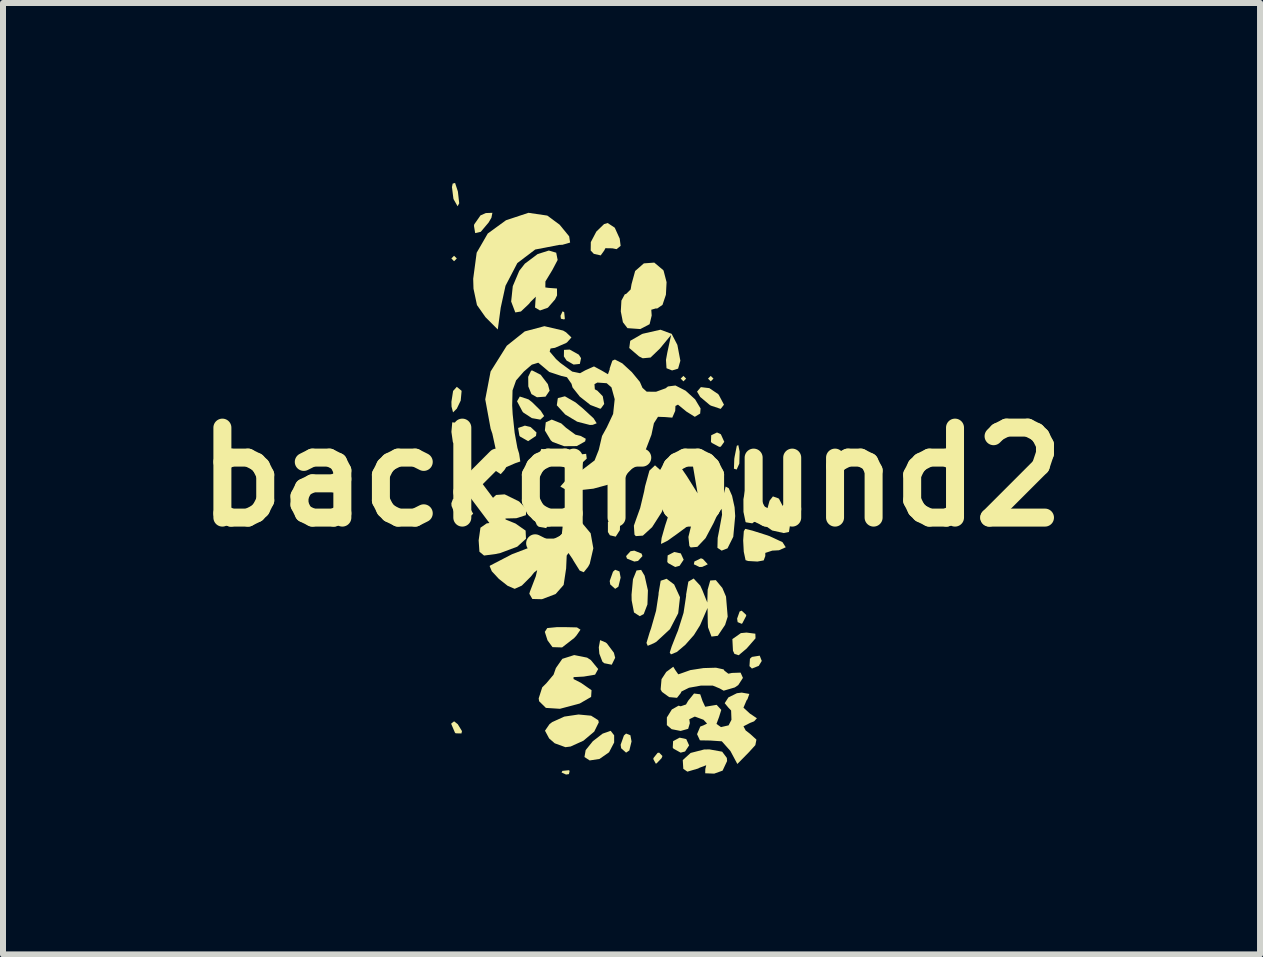
<source format=kicad_pcb>
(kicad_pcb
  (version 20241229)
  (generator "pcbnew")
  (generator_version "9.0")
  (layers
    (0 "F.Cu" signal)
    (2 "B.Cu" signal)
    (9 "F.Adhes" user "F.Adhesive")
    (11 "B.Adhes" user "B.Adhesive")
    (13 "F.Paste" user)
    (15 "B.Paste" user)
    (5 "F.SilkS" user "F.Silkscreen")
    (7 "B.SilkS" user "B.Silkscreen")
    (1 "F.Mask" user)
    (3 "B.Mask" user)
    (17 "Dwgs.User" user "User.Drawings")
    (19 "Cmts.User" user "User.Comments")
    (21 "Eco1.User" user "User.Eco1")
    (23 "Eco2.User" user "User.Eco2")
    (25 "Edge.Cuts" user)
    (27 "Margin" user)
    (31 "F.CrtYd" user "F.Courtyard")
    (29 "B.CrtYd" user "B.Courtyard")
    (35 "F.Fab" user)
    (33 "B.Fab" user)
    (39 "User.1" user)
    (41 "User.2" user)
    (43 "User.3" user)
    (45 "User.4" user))
  (footprint "background2"
    (layer "F.Cu")
    (at 7.479 4.901)
    (property "Reference" "background2" (at 0 0 0) (layer "F.SilkS") (effects (font (size 1.5 1.5) (thickness 0.3))))
    (attr board_only exclude_from_pos_files exclude_from_bom)
    (fp_poly (pts (xy -2.913 -3.642) (xy -2.959 -3.596) (xy -3.004 -3.642) (xy -2.959 -3.687)) (stroke (width 0) (type solid)) (fill yes) (layer "F.SilkS"))
    (fp_poly (pts (xy 0.91 -1.639) (xy 0.865 -1.593) (xy 0.819 -1.639) (xy 0.865 -1.684)) (stroke (width 0) (type solid)) (fill yes) (layer "F.SilkS"))
    (fp_poly (pts (xy 1.366 -1.639) (xy 1.32 -1.593) (xy 1.275 -1.639) (xy 1.32 -1.684)) (stroke (width 0) (type solid)) (fill yes) (layer "F.SilkS"))
    (fp_poly (pts (xy -1.123 -2.746) (xy -1.112 -2.638) (xy -1.123 -2.625) (xy -1.177 -2.637) (xy -1.184 -2.686) (xy -1.15 -2.761)) (stroke (width 0) (type solid)) (fill yes) (layer "F.SilkS"))
    (fp_poly (pts (xy -1.032 4.901) (xy -1.044 4.955) (xy -1.092 4.962) (xy -1.167 4.928) (xy -1.153 4.901) (xy -1.045 4.89)) (stroke (width 0) (type solid)) (fill yes) (layer "F.SilkS"))
    (fp_poly (pts (xy 1.19 1.369) (xy 1.271 1.457) (xy 1.179 1.5) (xy 1.133 1.502) (xy 1.039 1.457) (xy 1.048 1.41) (xy 1.157 1.357)) (stroke (width 0) (type solid)) (fill yes) (layer "F.SilkS"))
    (fp_poly (pts (xy 2.171 3.068) (xy 2.121 3.15) (xy 2.007 3.195) (xy 1.966 3.155) (xy 1.974 3.032) (xy 2.007 3.001) (xy 2.137 2.98)) (stroke (width 0) (type solid)) (fill yes) (layer "F.SilkS"))
    (fp_poly (pts (xy -2.942 -0.905) (xy -2.913 -0.865) (xy -2.833 -0.673) (xy -2.848 -0.534) (xy -2.913 -0.501) (xy -2.979 -0.579) (xy -3.003 -0.751) (xy -2.989 -0.91)) (stroke (width 0) (type solid)) (fill yes) (layer "F.SilkS"))
    (fp_poly (pts (xy -2.897 4.123) (xy -2.827 4.238) (xy -2.836 4.277) (xy -2.931 4.275) (xy -2.944 4.264) (xy -3.004 4.124) (xy -3.004 4.109) (xy -2.958 4.075)) (stroke (width 0) (type solid)) (fill yes) (layer "F.SilkS"))
    (fp_poly (pts (xy -2.833 -1.435) (xy -2.848 -1.273) (xy -2.913 -1.138) (xy -2.976 -1.076) (xy -3.001 -1.172) (xy -3.003 -1.252) (xy -2.975 -1.433) (xy -2.913 -1.502)) (stroke (width 0) (type solid)) (fill yes) (layer "F.SilkS"))
    (fp_poly (pts (xy -1.682 -0.831) (xy -1.585 -0.741) (xy -1.593 -0.683) (xy -1.724 -0.596) (xy -1.859 -0.673) (xy -1.87 -0.689) (xy -1.891 -0.816) (xy -1.778 -0.855)) (stroke (width 0) (type solid)) (fill yes) (layer "F.SilkS"))
    (fp_poly (pts (xy -1.381 0.665) (xy -1.366 0.728) (xy -1.421 0.854) (xy -1.547 0.831) (xy -1.578 0.804) (xy -1.636 0.671) (xy -1.541 0.595) (xy -1.502 0.592)) (stroke (width 0) (type solid)) (fill yes) (layer "F.SilkS"))
    (fp_poly (pts (xy -0.879 -2.038) (xy -0.842 -1.98) (xy -0.862 -1.884) (xy -0.966 -1.873) (xy -1.083 -1.94) (xy -1.128 -2.009) (xy -1.126 -2.118) (xy -1.031 -2.123)) (stroke (width 0) (type solid)) (fill yes) (layer "F.SilkS"))
    (fp_poly (pts (xy -0.201 1.576) (xy -0.182 1.679) (xy -0.219 1.83) (xy -0.273 1.866) (xy -0.355 1.793) (xy -0.364 1.735) (xy -0.309 1.58) (xy -0.273 1.548)) (stroke (width 0) (type solid)) (fill yes) (layer "F.SilkS"))
    (fp_poly (pts (xy -0.191 0.75) (xy -0.194 0.887) (xy -0.264 0.996) (xy -0.361 0.973) (xy -0.394 0.919) (xy -0.394 0.752) (xy -0.261 0.683) (xy -0.258 0.683)) (stroke (width 0) (type solid)) (fill yes) (layer "F.SilkS"))
    (fp_poly (pts (xy -0.019 4.307) (xy 0 4.41) (xy -0.037 4.561) (xy -0.091 4.597) (xy -0.173 4.524) (xy -0.182 4.466) (xy -0.127 4.311) (xy -0.091 4.279)) (stroke (width 0) (type solid)) (fill yes) (layer "F.SilkS"))
    (fp_poly (pts (xy 0.167 1.278) (xy 0.182 1.32) (xy 0.108 1.401) (xy 0.046 1.411) (xy -0.076 1.362) (xy -0.091 1.32) (xy -0.017 1.239) (xy 0.046 1.229)) (stroke (width 0) (type solid)) (fill yes) (layer "F.SilkS"))
    (fp_poly (pts (xy 0.515 4.653) (xy 0.501 4.689) (xy 0.419 4.775) (xy 0.404 4.78) (xy 0.365 4.709) (xy 0.364 4.689) (xy 0.434 4.601) (xy 0.461 4.597)) (stroke (width 0) (type solid)) (fill yes) (layer "F.SilkS"))
    (fp_poly (pts (xy 0.821 1.275) (xy 0.869 1.38) (xy 0.801 1.482) (xy 0.728 1.502) (xy 0.61 1.437) (xy 0.596 1.417) (xy 0.602 1.309) (xy 0.711 1.252)) (stroke (width 0) (type solid)) (fill yes) (layer "F.SilkS"))
    (fp_poly (pts (xy 0.912 4.371) (xy 0.96 4.476) (xy 0.892 4.578) (xy 0.819 4.597) (xy 0.701 4.532) (xy 0.687 4.513) (xy 0.693 4.405) (xy 0.802 4.347)) (stroke (width 0) (type solid)) (fill yes) (layer "F.SilkS"))
    (fp_poly (pts (xy 1.489 -0.711) (xy 1.546 -0.585) (xy 1.488 -0.504) (xy 1.462 -0.501) (xy 1.338 -0.567) (xy 1.324 -0.585) (xy 1.328 -0.694) (xy 1.425 -0.741)) (stroke (width 0) (type solid)) (fill yes) (layer "F.SilkS"))
    (fp_poly (pts (xy 1.802 -0.422) (xy 1.797 -0.222) (xy 1.753 -0.123) (xy 1.707 -0.137) (xy 1.713 -0.302) (xy 1.719 -0.339) (xy 1.755 -0.519) (xy 1.78 -0.53)) (stroke (width 0) (type solid)) (fill yes) (layer "F.SilkS"))
    (fp_poly (pts (xy 1.91 2.299) (xy 1.912 2.316) (xy 1.847 2.441) (xy 1.836 2.449) (xy 1.769 2.421) (xy 1.76 2.363) (xy 1.802 2.244) (xy 1.836 2.23)) (stroke (width 0) (type solid)) (fill yes) (layer "F.SilkS"))
    (fp_poly (pts (xy -2.897 -4.764) (xy -2.895 -4.757) (xy -2.873 -4.562) (xy -2.9 -4.512) (xy -2.964 -4.624) (xy -2.97 -4.64) (xy -2.994 -4.832) (xy -2.982 -4.89) (xy -2.942 -4.901)) (stroke (width 0) (type solid)) (fill yes) (layer "F.SilkS"))
    (fp_poly (pts (xy -2.336 -4.321) (xy -2.383 -4.241) (xy -2.514 -4.086) (xy -2.607 -4.065) (xy -2.627 -4.185) (xy -2.623 -4.21) (xy -2.518 -4.36) (xy -2.429 -4.399) (xy -2.32 -4.403)) (stroke (width 0) (type solid)) (fill yes) (layer "F.SilkS"))
    (fp_poly (pts (xy -2.861 0.407) (xy -2.822 0.431) (xy -2.68 0.545) (xy -2.64 0.614) (xy -2.709 0.675) (xy -2.849 0.671) (xy -2.944 0.622) (xy -3.001 0.484) (xy -3.004 0.439) (xy -2.976 0.364)) (stroke (width 0) (type solid)) (fill yes) (layer "F.SilkS"))
    (fp_poly (pts (xy -1.717 -1.292) (xy -1.659 -1.247) (xy -1.514 -1.104) (xy -1.457 -1.014) (xy -1.52 -0.955) (xy -1.661 -0.98) (xy -1.803 -1.072) (xy -1.818 -1.089) (xy -1.909 -1.261) (xy -1.863 -1.34)) (stroke (width 0) (type solid)) (fill yes) (layer "F.SilkS"))
    (fp_poly (pts (xy -1.515 -1.703) (xy -1.395 -1.546) (xy -1.366 -1.438) (xy -1.434 -1.338) (xy -1.577 -1.328) (xy -1.669 -1.381) (xy -1.721 -1.508) (xy -1.723 -1.669) (xy -1.675 -1.77) (xy -1.657 -1.775)) (stroke (width 0) (type solid)) (fill yes) (layer "F.SilkS"))
    (fp_poly (pts (xy -0.431 2.76) (xy -0.41 2.777) (xy -0.294 2.932) (xy -0.273 3.015) (xy -0.33 3.131) (xy -0.456 3.106) (xy -0.486 3.08) (xy -0.537 2.947) (xy -0.546 2.841) (xy -0.524 2.721)) (stroke (width 0) (type solid)) (fill yes) (layer "F.SilkS"))
    (fp_poly (pts (xy -0.29 4.308) (xy -0.29 4.428) (xy -0.375 4.591) (xy -0.534 4.702) (xy -0.698 4.727) (xy -0.785 4.67) (xy -0.765 4.555) (xy -0.645 4.406) (xy -0.482 4.28) (xy -0.348 4.233)) (stroke (width 0) (type solid)) (fill yes) (layer "F.SilkS"))
    (fp_poly (pts (xy 1.297 -1.48) (xy 1.442 -1.382) (xy 1.454 -1.369) (xy 1.541 -1.204) (xy 1.486 -1.134) (xy 1.321 -1.189) (xy 1.297 -1.205) (xy 1.145 -1.333) (xy 1.092 -1.422) (xy 1.156 -1.497)) (stroke (width 0) (type solid)) (fill yes) (layer "F.SilkS"))
    (fp_poly (pts (xy 2.064 2.614) (xy 2.067 2.691) (xy 1.927 2.852) (xy 1.919 2.861) (xy 1.786 2.973) (xy 1.716 2.951) (xy 1.691 2.898) (xy 1.681 2.704) (xy 1.823 2.604) (xy 1.917 2.595)) (stroke (width 0) (type solid)) (fill yes) (layer "F.SilkS"))
    (fp_poly (pts (xy -0.91 2.509) (xy -0.851 2.547) (xy -0.919 2.645) (xy -0.956 2.686) (xy -1.158 2.843) (xy -1.318 2.838) (xy -1.401 2.724) (xy -1.446 2.583) (xy -1.405 2.52) (xy -1.239 2.504) (xy -1.124 2.504)) (stroke (width 0) (type solid)) (fill yes) (layer "F.SilkS"))
    (fp_poly (pts (xy 0.218 1.647) (xy 0.273 1.892) (xy 0.265 2.126) (xy 0.203 2.287) (xy 0.137 2.322) (xy 0.041 2.26) (xy 0.002 2.059) (xy 0 1.963) (xy 0.024 1.706) (xy 0.083 1.56) (xy 0.16 1.55)) (stroke (width 0) (type solid)) (fill yes) (layer "F.SilkS"))
    (fp_poly (pts (xy -1.353 -0.447) (xy -1.279 -0.412) (xy -1.048 -0.353) (xy -0.896 -0.369) (xy -0.757 -0.385) (xy -0.747 -0.305) (xy -0.868 -0.192) (xy -1.082 -0.158) (xy -1.315 -0.208) (xy -1.411 -0.262) (xy -1.533 -0.394) (xy -1.504 -0.467)) (stroke (width 0) (type solid)) (fill yes) (layer "F.SilkS"))
    (fp_poly (pts (xy -0.933 -1.242) (xy -0.812 -1.142) (xy -0.632 -0.976) (xy -0.581 -0.894) (xy -0.647 -0.868) (xy -0.695 -0.866) (xy -0.907 -0.921) (xy -1.105 -1.04) (xy -1.246 -1.194) (xy -1.23 -1.308) (xy -1.222 -1.316) (xy -1.111 -1.344)) (stroke (width 0) (type solid)) (fill yes) (layer "F.SilkS"))
    (fp_poly (pts (xy 1.995 0.198) (xy 2.004 0.245) (xy 2.028 0.426) (xy 2.06 0.569) (xy 2.068 0.732) (xy 2.013 0.774) (xy 1.908 0.757) (xy 1.901 0.751) (xy 1.866 0.583) (xy 1.865 0.373) (xy 1.895 0.211) (xy 1.917 0.179)) (stroke (width 0) (type solid)) (fill yes) (layer "F.SilkS"))
    (fp_poly (pts (xy -1.172 -0.892) (xy -1.092 -0.819) (xy -0.935 -0.704) (xy -0.848 -0.683) (xy -0.763 -0.636) (xy -0.774 -0.592) (xy -0.913 -0.514) (xy -1.124 -0.512) (xy -1.316 -0.583) (xy -1.347 -0.61) (xy -1.445 -0.774) (xy -1.43 -0.91) (xy -1.331 -0.956)) (stroke (width 0) (type solid)) (fill yes) (layer "F.SilkS"))
    (fp_poly (pts (xy -0.674 3.981) (xy -0.555 4.056) (xy -0.546 4.092) (xy -0.622 4.246) (xy -0.802 4.398) (xy -1.016 4.495) (xy -1.102 4.506) (xy -1.281 4.441) (xy -1.374 4.36) (xy -1.443 4.231) (xy -1.367 4.121) (xy -1.322 4.087) (xy -1.121 3.996) (xy -0.884 3.961)) (stroke (width 0) (type solid)) (fill yes) (layer "F.SilkS"))
    (fp_poly (pts (xy -0.28 -4.155) (xy -0.197 -3.972) (xy -0.182 -3.852) (xy -0.249 -3.797) (xy -0.319 -3.811) (xy -0.436 -3.813) (xy -0.455 -3.775) (xy -0.514 -3.693) (xy -0.629 -3.719) (xy -0.681 -3.774) (xy -0.679 -3.915) (xy -0.587 -4.09) (xy -0.458 -4.215) (xy -0.398 -4.233)) (stroke (width 0) (type solid)) (fill yes) (layer "F.SilkS"))
    (fp_poly (pts (xy 0.489 -0.105) (xy 0.56 0.087) (xy 0.562 0.432) (xy 0.502 0.589) (xy 0.343 0.838) (xy 0.189 0.979) (xy 0.071 0.987) (xy 0.049 0.962) (xy 0.039 0.813) (xy 0.076 0.707) (xy 0.144 0.518) (xy 0.21 0.242) (xy 0.226 0.155) (xy 0.298 -0.105) (xy 0.391 -0.193)) (stroke (width 0) (type solid)) (fill yes) (layer "F.SilkS"))
    (fp_poly (pts (xy 0.71 1.793) (xy 0.808 2.006) (xy 0.778 2.273) (xy 0.64 2.539) (xy 0.412 2.75) (xy 0.371 2.773) (xy 0.27 2.816) (xy 0.249 2.768) (xy 0.301 2.595) (xy 0.326 2.523) (xy 0.409 2.231) (xy 0.45 1.962) (xy 0.451 1.935) (xy 0.486 1.731) (xy 0.584 1.698)) (stroke (width 0) (type solid)) (fill yes) (layer "F.SilkS"))
    (fp_poly (pts (xy 1.511 4.581) (xy 1.589 4.685) (xy 1.593 4.737) (xy 1.518 4.897) (xy 1.378 4.947) (xy 1.228 4.941) (xy 1.23 4.869) (xy 1.245 4.807) (xy 1.133 4.849) (xy 1.109 4.862) (xy 0.931 4.914) (xy 0.863 4.867) (xy 0.854 4.721) (xy 0.985 4.602) (xy 1.211 4.544) (xy 1.3 4.543)) (stroke (width 0) (type solid)) (fill yes) (layer "F.SilkS"))
    (fp_poly (pts (xy 2.445 0.356) (xy 2.458 0.364) (xy 2.524 0.492) (xy 2.513 0.555) (xy 2.516 0.667) (xy 2.552 0.683) (xy 2.63 0.757) (xy 2.64 0.819) (xy 2.624 0.918) (xy 2.538 0.936) (xy 2.344 0.893) (xy 2.234 0.816) (xy 2.236 0.641) (xy 2.243 0.608) (xy 2.301 0.397) (xy 2.357 0.325)) (stroke (width 0) (type solid)) (fill yes) (layer "F.SilkS"))
    (fp_poly (pts (xy 2.014 0.895) (xy 2.232 0.964) (xy 2.3 0.987) (xy 2.517 1.088) (xy 2.571 1.173) (xy 2.458 1.223) (xy 2.346 1.229) (xy 2.23 1.267) (xy 2.23 1.32) (xy 2.203 1.392) (xy 2.099 1.411) (xy 1.943 1.402) (xy 1.901 1.388) (xy 1.871 1.247) (xy 1.861 1.058) (xy 1.872 0.906) (xy 1.895 0.866)) (stroke (width 0) (type solid)) (fill yes) (layer "F.SilkS"))
    (fp_poly (pts (xy 0.669 -2.385) (xy 0.764 -2.201) (xy 0.814 -1.937) (xy 0.776 -1.805) (xy 0.676 -1.775) (xy 0.583 -1.812) (xy 0.574 -1.951) (xy 0.596 -2.071) (xy 0.66 -2.367) (xy 0.472 -2.139) (xy 0.317 -1.99) (xy 0.187 -1.978) (xy 0.125 -2.009) (xy -0.038 -2.149) (xy -0.022 -2.269) (xy 0.173 -2.381) (xy 0.188 -2.387) (xy 0.482 -2.454)) (stroke (width 0) (type solid)) (fill yes) (layer "F.SilkS"))
    (fp_poly (pts (xy -1.405 -4.357) (xy -1.199 -4.205) (xy -1.04 -4.011) (xy -1.024 -3.907) (xy -1.152 -3.87) (xy -1.206 -3.868) (xy -1.606 -3.791) (xy -1.904 -3.565) (xy -2.101 -3.187) (xy -2.181 -2.822) (xy -2.23 -2.458) (xy -2.435 -2.663) (xy -2.577 -2.865) (xy -2.635 -3.138) (xy -2.64 -3.303) (xy -2.582 -3.738) (xy -2.397 -4.058) (xy -2.093 -4.279) (xy -1.719 -4.403)) (stroke (width 0) (type solid)) (fill yes) (layer "F.SilkS"))
    (fp_poly (pts (xy -0.741 3.013) (xy -0.678 3.054) (xy -0.556 3.203) (xy -0.608 3.297) (xy -0.797 3.329) (xy -0.967 3.338) (xy -0.967 3.37) (xy -0.842 3.434) (xy -0.667 3.556) (xy -0.674 3.668) (xy -0.862 3.777) (xy -0.871 3.78) (xy -1.194 3.866) (xy -1.428 3.851) (xy -1.541 3.74) (xy -1.548 3.692) (xy -1.489 3.508) (xy -1.421 3.441) (xy -1.3 3.297) (xy -1.261 3.186) (xy -1.154 3.033) (xy -0.956 2.97)) (stroke (width 0) (type solid)) (fill yes) (layer "F.SilkS"))
    (fp_poly (pts (xy 0.528 -3.448) (xy 0.535 -3.436) (xy 0.584 -3.247) (xy 0.573 -3.037) (xy 0.516 -2.868) (xy 0.425 -2.806) (xy 0.408 -2.81) (xy 0.329 -2.787) (xy 0.336 -2.691) (xy 0.301 -2.546) (xy 0.146 -2.465) (xy -0.066 -2.48) (xy -0.068 -2.48) (xy -0.144 -2.579) (xy -0.179 -2.759) (xy -0.169 -2.94) (xy -0.112 -3.045) (xy -0.091 -3.05) (xy -0.015 -3.125) (xy 0 -3.214) (xy 0.06 -3.433) (xy 0.205 -3.56) (xy 0.379 -3.573)) (stroke (width 0) (type solid)) (fill yes) (layer "F.SilkS"))
    (fp_poly (pts (xy -1.875 0.409) (xy -1.752 0.536) (xy -1.762 0.638) (xy -1.918 0.688) (xy -1.935 0.689) (xy -2.139 0.694) (xy -1.935 0.777) (xy -1.766 0.895) (xy -1.76 1.031) (xy -1.905 1.163) (xy -2.185 1.268) (xy -2.262 1.285) (xy -2.459 1.311) (xy -2.536 1.247) (xy -2.549 1.058) (xy -2.519 0.847) (xy -2.414 0.774) (xy -2.39 0.772) (xy -2.289 0.754) (xy -2.354 0.693) (xy -2.424 0.567) (xy -2.379 0.414) (xy -2.259 0.301) (xy -2.115 0.291)) (stroke (width 0) (type solid)) (fill yes) (layer "F.SilkS"))
    (fp_poly (pts (xy -1.256 -3.738) (xy -1.232 -3.617) (xy -1.32 -3.45) (xy -1.436 -3.259) (xy -1.437 -3.159) (xy -1.388 -3.152) (xy -1.243 -3.141) (xy -1.242 -3.026) (xy -1.275 -2.959) (xy -1.395 -2.821) (xy -1.526 -2.775) (xy -1.609 -2.824) (xy -1.602 -2.936) (xy -1.596 -3.005) (xy -1.684 -2.918) (xy -1.709 -2.886) (xy -1.844 -2.758) (xy -1.938 -2.742) (xy -2.007 -2.924) (xy -1.98 -3.18) (xy -1.872 -3.436) (xy -1.779 -3.555) (xy -1.566 -3.715) (xy -1.379 -3.774)) (stroke (width 0) (type solid)) (fill yes) (layer "F.SilkS"))
    (fp_poly (pts (xy 0.728 3.218) (xy 0.779 3.291) (xy 0.817 3.279) (xy 0.98 3.221) (xy 1.2 3.187) (xy 1.408 3.181) (xy 1.535 3.209) (xy 1.548 3.23) (xy 1.614 3.281) (xy 1.675 3.268) (xy 1.818 3.263) (xy 1.857 3.351) (xy 1.779 3.471) (xy 1.721 3.51) (xy 1.536 3.564) (xy 1.468 3.526) (xy 1.354 3.479) (xy 1.158 3.479) (xy 0.958 3.515) (xy 0.832 3.578) (xy 0.819 3.606) (xy 0.758 3.683) (xy 0.627 3.671) (xy 0.508 3.585) (xy 0.485 3.543) (xy 0.5 3.372) (xy 0.579 3.251) (xy 0.696 3.165)) (stroke (width 0) (type solid)) (fill yes) (layer "F.SilkS"))
    (fp_poly (pts (xy 1.146 1.813) (xy 1.181 1.889) (xy 1.263 2.094) (xy 1.269 1.881) (xy 1.312 1.727) (xy 1.405 1.721) (xy 1.514 1.852) (xy 1.575 1.995) (xy 1.603 2.33) (xy 1.56 2.467) (xy 1.438 2.649) (xy 1.333 2.662) (xy 1.275 2.508) (xy 1.271 2.435) (xy 1.267 2.185) (xy 1.142 2.474) (xy 1.04 2.637) (xy 0.897 2.799) (xy 0.755 2.919) (xy 0.657 2.959) (xy 0.637 2.928) (xy 0.669 2.827) (xy 0.748 2.626) (xy 0.774 2.563) (xy 0.867 2.267) (xy 0.91 1.984) (xy 0.91 1.96) (xy 0.947 1.746) (xy 1.035 1.694)) (stroke (width 0) (type solid)) (fill yes) (layer "F.SilkS"))
    (fp_poly (pts (xy -0.821 0.773) (xy -0.682 0.939) (xy -0.637 1.19) (xy -0.697 1.449) (xy -0.725 1.5) (xy -0.797 1.589) (xy -0.865 1.561) (xy -0.969 1.395) (xy -0.985 1.366) (xy -1.051 1.269) (xy -1.081 1.311) (xy -1.09 1.512) (xy -1.09 1.522) (xy -1.132 1.801) (xy -1.265 1.952) (xy -1.269 1.954) (xy -1.494 2.039) (xy -1.654 2.035) (xy -1.704 1.948) (xy -1.694 1.912) (xy -1.596 1.656) (xy -1.573 1.554) (xy -1.624 1.593) (xy -1.678 1.661) (xy -1.829 1.812) (xy -1.948 1.866) (xy -2.065 1.816) (xy -2.211 1.701) (xy -2.33 1.573) (xy -2.366 1.486) (xy -2.359 1.479) (xy -1.993 1.289) (xy -1.642 1.155) (xy -1.383 1.102) (xy -1.196 1.067) (xy -1.156 0.967) (xy -1.161 0.943) (xy -1.143 0.778) (xy -1.006 0.719)) (stroke (width 0) (type solid)) (fill yes) (layer "F.SilkS"))
    (fp_poly (pts (xy 1.172 -0.281) (xy 1.342 -0.062) (xy 1.45 0.175) (xy 1.507 0.333) (xy 1.537 0.313) (xy 1.541 0.273) (xy 1.569 0.161) (xy 1.62 0.188) (xy 1.676 0.315) (xy 1.718 0.506) (xy 1.728 0.653) (xy 1.696 0.998) (xy 1.6 1.191) (xy 1.502 1.229) (xy 1.432 1.182) (xy 1.436 1.017) (xy 1.461 0.89) (xy 1.509 0.63) (xy 1.502 0.533) (xy 1.443 0.604) (xy 1.368 0.768) (xy 1.234 1.021) (xy 1.097 1.166) (xy 0.986 1.176) (xy 0.964 1.151) (xy 0.948 1.001) (xy 0.973 0.898) (xy 0.996 0.805) (xy 0.933 0.822) (xy 0.778 0.937) (xy 0.602 1.063) (xy 0.498 1.115) (xy 0.491 1.113) (xy 0.501 1.019) (xy 0.56 0.811) (xy 0.602 0.683) (xy 0.689 0.324) (xy 0.669 0.003) (xy 0.653 -0.064) (xy 0.614 -0.289) (xy 0.651 -0.35) (xy 0.761 -0.248) (xy 0.922 -0.013) (xy 1.101 0.273) (xy 1.039 -0.091) (xy 0.976 -0.455)) (stroke (width 0) (type solid)) (fill yes) (layer "F.SilkS"))
    (fp_poly (pts (xy 1.964 3.618) (xy 1.933 3.706) (xy 1.918 3.725) (xy 1.866 3.847) (xy 1.975 3.947) (xy 2.09 4.024) (xy 2.043 4.075) (xy 1.977 4.101) (xy 1.866 4.158) (xy 1.903 4.227) (xy 1.977 4.284) (xy 2.082 4.38) (xy 2.064 4.472) (xy 1.952 4.595) (xy 1.764 4.786) (xy 1.648 4.569) (xy 1.505 4.408) (xy 1.312 4.395) (xy 1.14 4.392) (xy 1.092 4.289) (xy 1.146 4.162) (xy 1.199 4.142) (xy 1.259 4.112) (xy 1.2 4.049) (xy 1.065 3.999) (xy 1.051 3.997) (xy 0.963 4.04) (xy 0.972 4.106) (xy 0.944 4.2) (xy 0.818 4.235) (xy 0.669 4.206) (xy 0.589 4.138) (xy 0.589 4.01) (xy 0.672 3.877) (xy 0.784 3.814) (xy 0.82 3.824) (xy 0.908 3.794) (xy 0.944 3.732) (xy 1.042 3.611) (xy 1.145 3.624) (xy 1.184 3.738) (xy 1.228 3.832) (xy 1.275 3.824) (xy 1.419 3.8) (xy 1.496 3.884) (xy 1.459 4.003) (xy 1.416 4.118) (xy 1.491 4.171) (xy 1.618 4.142) (xy 1.666 4.049) (xy 1.66 3.894) (xy 1.613 3.845) (xy 1.553 3.772) (xy 1.615 3.676) (xy 1.757 3.606) (xy 1.837 3.596)) (stroke (width 0) (type solid)) (fill yes) (layer "F.SilkS"))
    (fp_poly (pts (xy -1.141 -2.44) (xy -1.092 -2.411) (xy -1.002 -2.325) (xy -1.074 -2.244) (xy -1.092 -2.232) (xy -1.277 -2.152) (xy -1.35 -2.141) (xy -1.365 -2.09) (xy -1.259 -1.965) (xy -1.189 -1.902) (xy -0.989 -1.756) (xy -0.858 -1.729) (xy -0.772 -1.777) (xy -0.626 -1.842) (xy -0.501 -1.775) (xy -0.393 -1.712) (xy -0.364 -1.795) (xy -0.364 -1.81) (xy -0.32 -1.938) (xy -0.277 -1.957) (xy -0.155 -1.894) (xy 0.005 -1.747) (xy 0.139 -1.584) (xy 0.182 -1.485) (xy 0.253 -1.421) (xy 0.409 -1.42) (xy 0.569 -1.478) (xy 0.607 -1.508) (xy 0.732 -1.524) (xy 0.902 -1.437) (xy 1.06 -1.293) (xy 1.151 -1.141) (xy 1.144 -1.056) (xy 1.055 -1.002) (xy 0.914 -1.09) (xy 0.901 -1.101) (xy 0.774 -1.205) (xy 0.732 -1.183) (xy 0.728 -1.1) (xy 0.679 -0.988) (xy 0.558 -0.998) (xy 0.441 -1.002) (xy 0.373 -0.895) (xy 0.332 -0.703) (xy 0.183 -0.313) (xy -0.118 -0.011) (xy -0.393 0.13) (xy -0.636 0.196) (xy -0.889 0.224) (xy -1.092 0.214) (xy -1.183 0.164) (xy -1.184 0.157) (xy -1.111 0.074) (xy -0.93 -0.048) (xy -0.865 -0.085) (xy -0.616 -0.275) (xy -0.546 -0.452) (xy -0.492 -0.682) (xy -0.413 -0.825) (xy -0.307 -1.05) (xy -0.281 -1.296) (xy -0.335 -1.493) (xy -0.414 -1.562) (xy -0.57 -1.573) (xy -0.618 -1.546) (xy -0.612 -1.461) (xy -0.569 -1.437) (xy -0.48 -1.345) (xy -0.456 -1.216) (xy -0.512 -1.139) (xy -0.526 -1.138) (xy -0.685 -1.199) (xy -0.862 -1.338) (xy -0.984 -1.492) (xy -1.001 -1.553) (xy -1.077 -1.662) (xy -1.172 -1.684) (xy -1.372 -1.75) (xy -1.459 -1.824) (xy -1.555 -1.904) (xy -1.663 -1.871) (xy -1.796 -1.756) (xy -1.925 -1.609) (xy -1.984 -1.442) (xy -1.99 -1.19) (xy -1.982 -1.047) (xy -1.949 -0.736) (xy -1.903 -0.483) (xy -1.874 -0.387) (xy -1.855 -0.257) (xy -1.94 -0.228) (xy -2.088 -0.164) (xy -2.12 -0.114) (xy -2.181 -0.046) (xy -2.283 -0.114) (xy -2.352 -0.247) (xy -2.307 -0.324) (xy -2.265 -0.464) (xy -2.321 -0.722) (xy -2.349 -0.803) (xy -2.439 -1.293) (xy -2.35 -1.757) (xy -2.082 -2.184) (xy -2.08 -2.187) (xy -1.78 -2.426) (xy -1.453 -2.513)) (stroke (width 0) (type solid)) (fill yes) (layer "F.SilkS")))
  (gr_rect
    (start -3 -3)
    (end 17.957 12.862)
    (stroke (width 0.1) (type default))
    (fill no)
    (layer "Edge.Cuts")))
</source>
